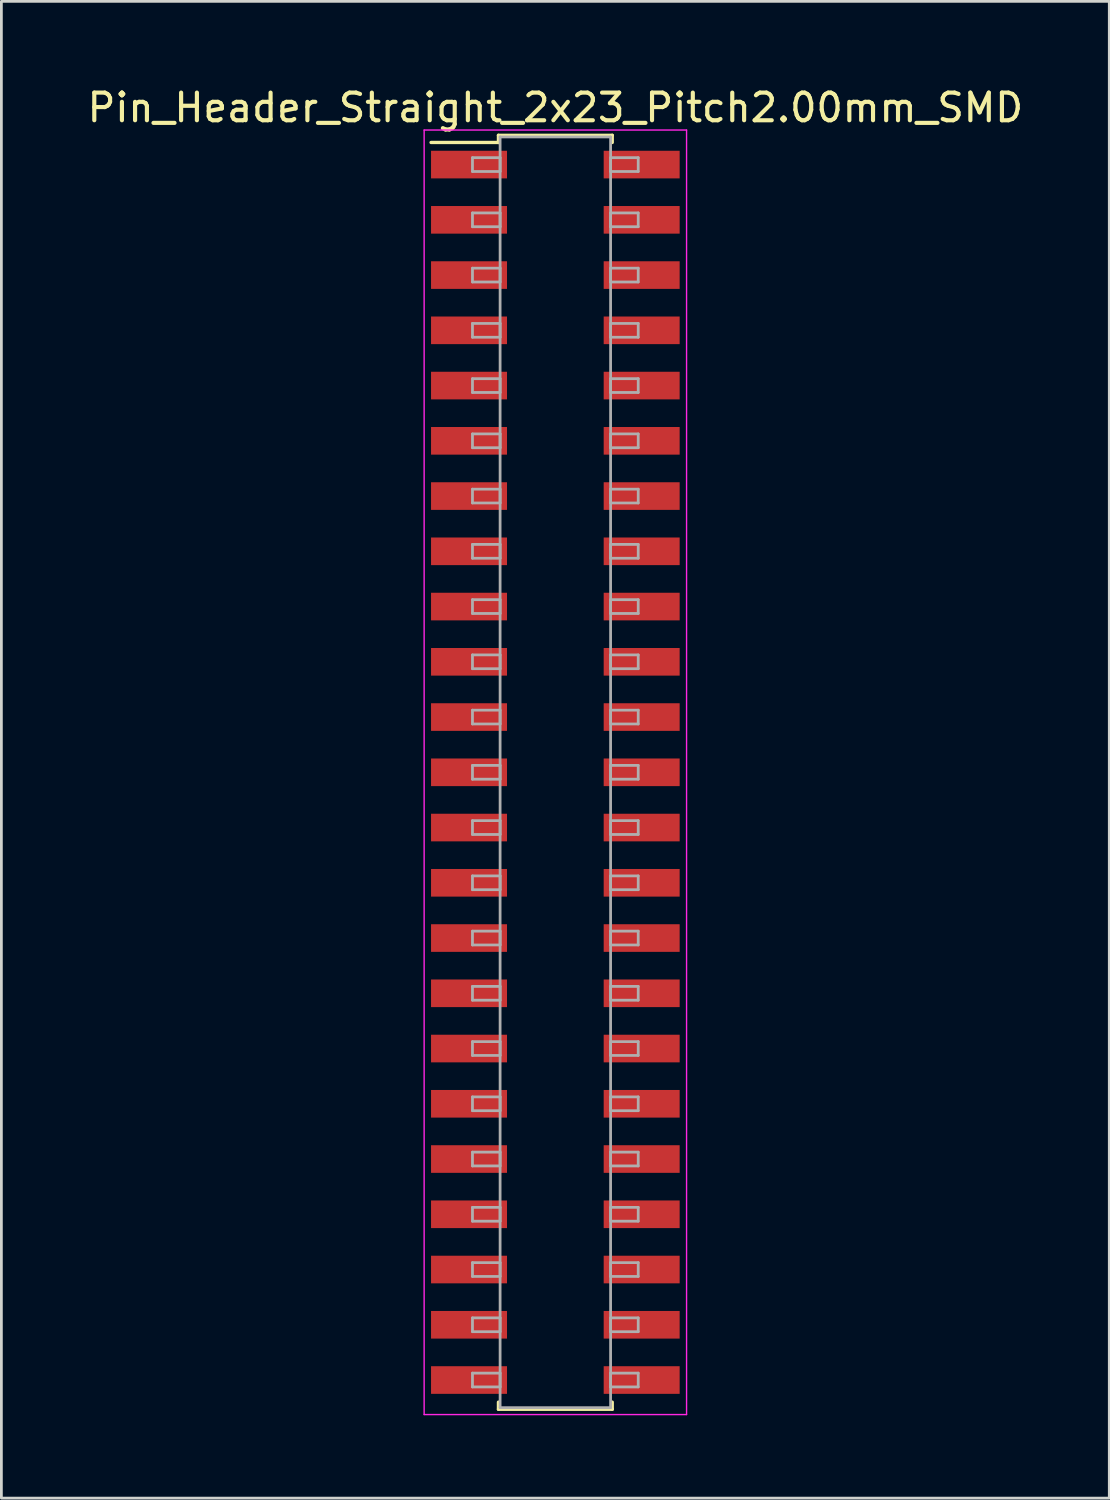
<source format=kicad_pcb>
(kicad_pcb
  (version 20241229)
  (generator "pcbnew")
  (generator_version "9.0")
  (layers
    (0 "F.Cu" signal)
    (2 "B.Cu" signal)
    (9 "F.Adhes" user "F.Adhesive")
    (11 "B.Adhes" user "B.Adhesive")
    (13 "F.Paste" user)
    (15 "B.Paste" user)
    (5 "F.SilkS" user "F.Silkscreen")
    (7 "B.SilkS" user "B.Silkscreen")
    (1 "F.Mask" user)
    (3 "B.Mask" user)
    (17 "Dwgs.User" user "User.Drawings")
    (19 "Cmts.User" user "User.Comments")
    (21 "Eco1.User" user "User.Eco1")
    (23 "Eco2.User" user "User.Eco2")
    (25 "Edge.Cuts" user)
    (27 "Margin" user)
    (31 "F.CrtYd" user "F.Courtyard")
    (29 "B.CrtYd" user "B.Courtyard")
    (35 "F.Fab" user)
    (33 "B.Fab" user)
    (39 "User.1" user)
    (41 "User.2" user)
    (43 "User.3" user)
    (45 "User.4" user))
  (footprint "Pin_Header_Straight_2x23_Pitch2.00mm_SMD"
    (layer "F.Cu")
    (at 17.054 24.908)
    (property "Reference" "Pin_Header_Straight_2x23_Pitch2.00mm_SMD" (at 0 -24.06 0) (layer "F.SilkS") (effects (font (size 1 1) (thickness 0.15))))
    (attr smd)
    (fp_line (start -4.5 -22.8) (end -2.06 -22.8) (stroke (width 0.12) (type solid)) (layer "F.SilkS"))
    (fp_line (start -2.06 -23.06) (end 2.06 -23.06) (stroke (width 0.12) (type solid)) (layer "F.SilkS"))
    (fp_line (start -2.06 -22.8) (end -2.06 -23.06) (stroke (width 0.12) (type solid)) (layer "F.SilkS"))
    (fp_line (start -2.06 22.8) (end -2.06 23.06) (stroke (width 0.12) (type solid)) (layer "F.SilkS"))
    (fp_line (start -2.06 23.06) (end 2.06 23.06) (stroke (width 0.12) (type solid)) (layer "F.SilkS"))
    (fp_line (start 2.06 -23.06) (end 2.06 -22.8) (stroke (width 0.12) (type solid)) (layer "F.SilkS"))
    (fp_line (start 2.06 23.06) (end 2.06 22.8) (stroke (width 0.12) (type solid)) (layer "F.SilkS"))
    (fp_line (start -4.75 -23.25) (end -4.75 23.25) (stroke (width 0.05) (type solid)) (layer "F.CrtYd"))
    (fp_line (start -4.75 23.25) (end 4.75 23.25) (stroke (width 0.05) (type solid)) (layer "F.CrtYd"))
    (fp_line (start 4.75 -23.25) (end -4.75 -23.25) (stroke (width 0.05) (type solid)) (layer "F.CrtYd"))
    (fp_line (start 4.75 23.25) (end 4.75 -23.25) (stroke (width 0.05) (type solid)) (layer "F.CrtYd"))
    (fp_line (start -3 -22.25) (end -2 -22.25) (stroke (width 0.1) (type solid)) (layer "F.Fab"))
    (fp_line (start -3 -21.75) (end -3 -22.25) (stroke (width 0.1) (type solid)) (layer "F.Fab"))
    (fp_line (start -3 -20.25) (end -2 -20.25) (stroke (width 0.1) (type solid)) (layer "F.Fab"))
    (fp_line (start -3 -19.75) (end -3 -20.25) (stroke (width 0.1) (type solid)) (layer "F.Fab"))
    (fp_line (start -3 -18.25) (end -2 -18.25) (stroke (width 0.1) (type solid)) (layer "F.Fab"))
    (fp_line (start -3 -17.75) (end -3 -18.25) (stroke (width 0.1) (type solid)) (layer "F.Fab"))
    (fp_line (start -3 -16.25) (end -2 -16.25) (stroke (width 0.1) (type solid)) (layer "F.Fab"))
    (fp_line (start -3 -15.75) (end -3 -16.25) (stroke (width 0.1) (type solid)) (layer "F.Fab"))
    (fp_line (start -3 -14.25) (end -2 -14.25) (stroke (width 0.1) (type solid)) (layer "F.Fab"))
    (fp_line (start -3 -13.75) (end -3 -14.25) (stroke (width 0.1) (type solid)) (layer "F.Fab"))
    (fp_line (start -3 -12.25) (end -2 -12.25) (stroke (width 0.1) (type solid)) (layer "F.Fab"))
    (fp_line (start -3 -11.75) (end -3 -12.25) (stroke (width 0.1) (type solid)) (layer "F.Fab"))
    (fp_line (start -3 -10.25) (end -2 -10.25) (stroke (width 0.1) (type solid)) (layer "F.Fab"))
    (fp_line (start -3 -9.75) (end -3 -10.25) (stroke (width 0.1) (type solid)) (layer "F.Fab"))
    (fp_line (start -3 -8.25) (end -2 -8.25) (stroke (width 0.1) (type solid)) (layer "F.Fab"))
    (fp_line (start -3 -7.75) (end -3 -8.25) (stroke (width 0.1) (type solid)) (layer "F.Fab"))
    (fp_line (start -3 -6.25) (end -2 -6.25) (stroke (width 0.1) (type solid)) (layer "F.Fab"))
    (fp_line (start -3 -5.75) (end -3 -6.25) (stroke (width 0.1) (type solid)) (layer "F.Fab"))
    (fp_line (start -3 -4.25) (end -2 -4.25) (stroke (width 0.1) (type solid)) (layer "F.Fab"))
    (fp_line (start -3 -3.75) (end -3 -4.25) (stroke (width 0.1) (type solid)) (layer "F.Fab"))
    (fp_line (start -3 -2.25) (end -2 -2.25) (stroke (width 0.1) (type solid)) (layer "F.Fab"))
    (fp_line (start -3 -1.75) (end -3 -2.25) (stroke (width 0.1) (type solid)) (layer "F.Fab"))
    (fp_line (start -3 -0.25) (end -2 -0.25) (stroke (width 0.1) (type solid)) (layer "F.Fab"))
    (fp_line (start -3 0.25) (end -3 -0.25) (stroke (width 0.1) (type solid)) (layer "F.Fab"))
    (fp_line (start -3 1.75) (end -2 1.75) (stroke (width 0.1) (type solid)) (layer "F.Fab"))
    (fp_line (start -3 2.25) (end -3 1.75) (stroke (width 0.1) (type solid)) (layer "F.Fab"))
    (fp_line (start -3 3.75) (end -2 3.75) (stroke (width 0.1) (type solid)) (layer "F.Fab"))
    (fp_line (start -3 4.25) (end -3 3.75) (stroke (width 0.1) (type solid)) (layer "F.Fab"))
    (fp_line (start -3 5.75) (end -2 5.75) (stroke (width 0.1) (type solid)) (layer "F.Fab"))
    (fp_line (start -3 6.25) (end -3 5.75) (stroke (width 0.1) (type solid)) (layer "F.Fab"))
    (fp_line (start -3 7.75) (end -2 7.75) (stroke (width 0.1) (type solid)) (layer "F.Fab"))
    (fp_line (start -3 8.25) (end -3 7.75) (stroke (width 0.1) (type solid)) (layer "F.Fab"))
    (fp_line (start -3 9.75) (end -2 9.75) (stroke (width 0.1) (type solid)) (layer "F.Fab"))
    (fp_line (start -3 10.25) (end -3 9.75) (stroke (width 0.1) (type solid)) (layer "F.Fab"))
    (fp_line (start -3 11.75) (end -2 11.75) (stroke (width 0.1) (type solid)) (layer "F.Fab"))
    (fp_line (start -3 12.25) (end -3 11.75) (stroke (width 0.1) (type solid)) (layer "F.Fab"))
    (fp_line (start -3 13.75) (end -2 13.75) (stroke (width 0.1) (type solid)) (layer "F.Fab"))
    (fp_line (start -3 14.25) (end -3 13.75) (stroke (width 0.1) (type solid)) (layer "F.Fab"))
    (fp_line (start -3 15.75) (end -2 15.75) (stroke (width 0.1) (type solid)) (layer "F.Fab"))
    (fp_line (start -3 16.25) (end -3 15.75) (stroke (width 0.1) (type solid)) (layer "F.Fab"))
    (fp_line (start -3 17.75) (end -2 17.75) (stroke (width 0.1) (type solid)) (layer "F.Fab"))
    (fp_line (start -3 18.25) (end -3 17.75) (stroke (width 0.1) (type solid)) (layer "F.Fab"))
    (fp_line (start -3 19.75) (end -2 19.75) (stroke (width 0.1) (type solid)) (layer "F.Fab"))
    (fp_line (start -3 20.25) (end -3 19.75) (stroke (width 0.1) (type solid)) (layer "F.Fab"))
    (fp_line (start -3 21.75) (end -2 21.75) (stroke (width 0.1) (type solid)) (layer "F.Fab"))
    (fp_line (start -3 22.25) (end -3 21.75) (stroke (width 0.1) (type solid)) (layer "F.Fab"))
    (fp_line (start -2 -23) (end -2 23) (stroke (width 0.1) (type solid)) (layer "F.Fab"))
    (fp_line (start -2 -22.25) (end -2 -21.75) (stroke (width 0.1) (type solid)) (layer "F.Fab"))
    (fp_line (start -2 -21.75) (end -3 -21.75) (stroke (width 0.1) (type solid)) (layer "F.Fab"))
    (fp_line (start -2 -20.25) (end -2 -19.75) (stroke (width 0.1) (type solid)) (layer "F.Fab"))
    (fp_line (start -2 -19.75) (end -3 -19.75) (stroke (width 0.1) (type solid)) (layer "F.Fab"))
    (fp_line (start -2 -18.25) (end -2 -17.75) (stroke (width 0.1) (type solid)) (layer "F.Fab"))
    (fp_line (start -2 -17.75) (end -3 -17.75) (stroke (width 0.1) (type solid)) (layer "F.Fab"))
    (fp_line (start -2 -16.25) (end -2 -15.75) (stroke (width 0.1) (type solid)) (layer "F.Fab"))
    (fp_line (start -2 -15.75) (end -3 -15.75) (stroke (width 0.1) (type solid)) (layer "F.Fab"))
    (fp_line (start -2 -14.25) (end -2 -13.75) (stroke (width 0.1) (type solid)) (layer "F.Fab"))
    (fp_line (start -2 -13.75) (end -3 -13.75) (stroke (width 0.1) (type solid)) (layer "F.Fab"))
    (fp_line (start -2 -12.25) (end -2 -11.75) (stroke (width 0.1) (type solid)) (layer "F.Fab"))
    (fp_line (start -2 -11.75) (end -3 -11.75) (stroke (width 0.1) (type solid)) (layer "F.Fab"))
    (fp_line (start -2 -10.25) (end -2 -9.75) (stroke (width 0.1) (type solid)) (layer "F.Fab"))
    (fp_line (start -2 -9.75) (end -3 -9.75) (stroke (width 0.1) (type solid)) (layer "F.Fab"))
    (fp_line (start -2 -8.25) (end -2 -7.75) (stroke (width 0.1) (type solid)) (layer "F.Fab"))
    (fp_line (start -2 -7.75) (end -3 -7.75) (stroke (width 0.1) (type solid)) (layer "F.Fab"))
    (fp_line (start -2 -6.25) (end -2 -5.75) (stroke (width 0.1) (type solid)) (layer "F.Fab"))
    (fp_line (start -2 -5.75) (end -3 -5.75) (stroke (width 0.1) (type solid)) (layer "F.Fab"))
    (fp_line (start -2 -4.25) (end -2 -3.75) (stroke (width 0.1) (type solid)) (layer "F.Fab"))
    (fp_line (start -2 -3.75) (end -3 -3.75) (stroke (width 0.1) (type solid)) (layer "F.Fab"))
    (fp_line (start -2 -2.25) (end -2 -1.75) (stroke (width 0.1) (type solid)) (layer "F.Fab"))
    (fp_line (start -2 -1.75) (end -3 -1.75) (stroke (width 0.1) (type solid)) (layer "F.Fab"))
    (fp_line (start -2 -0.25) (end -2 0.25) (stroke (width 0.1) (type solid)) (layer "F.Fab"))
    (fp_line (start -2 0.25) (end -3 0.25) (stroke (width 0.1) (type solid)) (layer "F.Fab"))
    (fp_line (start -2 1.75) (end -2 2.25) (stroke (width 0.1) (type solid)) (layer "F.Fab"))
    (fp_line (start -2 2.25) (end -3 2.25) (stroke (width 0.1) (type solid)) (layer "F.Fab"))
    (fp_line (start -2 3.75) (end -2 4.25) (stroke (width 0.1) (type solid)) (layer "F.Fab"))
    (fp_line (start -2 4.25) (end -3 4.25) (stroke (width 0.1) (type solid)) (layer "F.Fab"))
    (fp_line (start -2 5.75) (end -2 6.25) (stroke (width 0.1) (type solid)) (layer "F.Fab"))
    (fp_line (start -2 6.25) (end -3 6.25) (stroke (width 0.1) (type solid)) (layer "F.Fab"))
    (fp_line (start -2 7.75) (end -2 8.25) (stroke (width 0.1) (type solid)) (layer "F.Fab"))
    (fp_line (start -2 8.25) (end -3 8.25) (stroke (width 0.1) (type solid)) (layer "F.Fab"))
    (fp_line (start -2 9.75) (end -2 10.25) (stroke (width 0.1) (type solid)) (layer "F.Fab"))
    (fp_line (start -2 10.25) (end -3 10.25) (stroke (width 0.1) (type solid)) (layer "F.Fab"))
    (fp_line (start -2 11.75) (end -2 12.25) (stroke (width 0.1) (type solid)) (layer "F.Fab"))
    (fp_line (start -2 12.25) (end -3 12.25) (stroke (width 0.1) (type solid)) (layer "F.Fab"))
    (fp_line (start -2 13.75) (end -2 14.25) (stroke (width 0.1) (type solid)) (layer "F.Fab"))
    (fp_line (start -2 14.25) (end -3 14.25) (stroke (width 0.1) (type solid)) (layer "F.Fab"))
    (fp_line (start -2 15.75) (end -2 16.25) (stroke (width 0.1) (type solid)) (layer "F.Fab"))
    (fp_line (start -2 16.25) (end -3 16.25) (stroke (width 0.1) (type solid)) (layer "F.Fab"))
    (fp_line (start -2 17.75) (end -2 18.25) (stroke (width 0.1) (type solid)) (layer "F.Fab"))
    (fp_line (start -2 18.25) (end -3 18.25) (stroke (width 0.1) (type solid)) (layer "F.Fab"))
    (fp_line (start -2 19.75) (end -2 20.25) (stroke (width 0.1) (type solid)) (layer "F.Fab"))
    (fp_line (start -2 20.25) (end -3 20.25) (stroke (width 0.1) (type solid)) (layer "F.Fab"))
    (fp_line (start -2 21.75) (end -2 22.25) (stroke (width 0.1) (type solid)) (layer "F.Fab"))
    (fp_line (start -2 22.25) (end -3 22.25) (stroke (width 0.1) (type solid)) (layer "F.Fab"))
    (fp_line (start -2 23) (end 2 23) (stroke (width 0.1) (type solid)) (layer "F.Fab"))
    (fp_line (start 2 -23) (end -2 -23) (stroke (width 0.1) (type solid)) (layer "F.Fab"))
    (fp_line (start 2 -22.25) (end 2 -21.75) (stroke (width 0.1) (type solid)) (layer "F.Fab"))
    (fp_line (start 2 -21.75) (end 3 -21.75) (stroke (width 0.1) (type solid)) (layer "F.Fab"))
    (fp_line (start 2 -20.25) (end 2 -19.75) (stroke (width 0.1) (type solid)) (layer "F.Fab"))
    (fp_line (start 2 -19.75) (end 3 -19.75) (stroke (width 0.1) (type solid)) (layer "F.Fab"))
    (fp_line (start 2 -18.25) (end 2 -17.75) (stroke (width 0.1) (type solid)) (layer "F.Fab"))
    (fp_line (start 2 -17.75) (end 3 -17.75) (stroke (width 0.1) (type solid)) (layer "F.Fab"))
    (fp_line (start 2 -16.25) (end 2 -15.75) (stroke (width 0.1) (type solid)) (layer "F.Fab"))
    (fp_line (start 2 -15.75) (end 3 -15.75) (stroke (width 0.1) (type solid)) (layer "F.Fab"))
    (fp_line (start 2 -14.25) (end 2 -13.75) (stroke (width 0.1) (type solid)) (layer "F.Fab"))
    (fp_line (start 2 -13.75) (end 3 -13.75) (stroke (width 0.1) (type solid)) (layer "F.Fab"))
    (fp_line (start 2 -12.25) (end 2 -11.75) (stroke (width 0.1) (type solid)) (layer "F.Fab"))
    (fp_line (start 2 -11.75) (end 3 -11.75) (stroke (width 0.1) (type solid)) (layer "F.Fab"))
    (fp_line (start 2 -10.25) (end 2 -9.75) (stroke (width 0.1) (type solid)) (layer "F.Fab"))
    (fp_line (start 2 -9.75) (end 3 -9.75) (stroke (width 0.1) (type solid)) (layer "F.Fab"))
    (fp_line (start 2 -8.25) (end 2 -7.75) (stroke (width 0.1) (type solid)) (layer "F.Fab"))
    (fp_line (start 2 -7.75) (end 3 -7.75) (stroke (width 0.1) (type solid)) (layer "F.Fab"))
    (fp_line (start 2 -6.25) (end 2 -5.75) (stroke (width 0.1) (type solid)) (layer "F.Fab"))
    (fp_line (start 2 -5.75) (end 3 -5.75) (stroke (width 0.1) (type solid)) (layer "F.Fab"))
    (fp_line (start 2 -4.25) (end 2 -3.75) (stroke (width 0.1) (type solid)) (layer "F.Fab"))
    (fp_line (start 2 -3.75) (end 3 -3.75) (stroke (width 0.1) (type solid)) (layer "F.Fab"))
    (fp_line (start 2 -2.25) (end 2 -1.75) (stroke (width 0.1) (type solid)) (layer "F.Fab"))
    (fp_line (start 2 -1.75) (end 3 -1.75) (stroke (width 0.1) (type solid)) (layer "F.Fab"))
    (fp_line (start 2 -0.25) (end 2 0.25) (stroke (width 0.1) (type solid)) (layer "F.Fab"))
    (fp_line (start 2 0.25) (end 3 0.25) (stroke (width 0.1) (type solid)) (layer "F.Fab"))
    (fp_line (start 2 1.75) (end 2 2.25) (stroke (width 0.1) (type solid)) (layer "F.Fab"))
    (fp_line (start 2 2.25) (end 3 2.25) (stroke (width 0.1) (type solid)) (layer "F.Fab"))
    (fp_line (start 2 3.75) (end 2 4.25) (stroke (width 0.1) (type solid)) (layer "F.Fab"))
    (fp_line (start 2 4.25) (end 3 4.25) (stroke (width 0.1) (type solid)) (layer "F.Fab"))
    (fp_line (start 2 5.75) (end 2 6.25) (stroke (width 0.1) (type solid)) (layer "F.Fab"))
    (fp_line (start 2 6.25) (end 3 6.25) (stroke (width 0.1) (type solid)) (layer "F.Fab"))
    (fp_line (start 2 7.75) (end 2 8.25) (stroke (width 0.1) (type solid)) (layer "F.Fab"))
    (fp_line (start 2 8.25) (end 3 8.25) (stroke (width 0.1) (type solid)) (layer "F.Fab"))
    (fp_line (start 2 9.75) (end 2 10.25) (stroke (width 0.1) (type solid)) (layer "F.Fab"))
    (fp_line (start 2 10.25) (end 3 10.25) (stroke (width 0.1) (type solid)) (layer "F.Fab"))
    (fp_line (start 2 11.75) (end 2 12.25) (stroke (width 0.1) (type solid)) (layer "F.Fab"))
    (fp_line (start 2 12.25) (end 3 12.25) (stroke (width 0.1) (type solid)) (layer "F.Fab"))
    (fp_line (start 2 13.75) (end 2 14.25) (stroke (width 0.1) (type solid)) (layer "F.Fab"))
    (fp_line (start 2 14.25) (end 3 14.25) (stroke (width 0.1) (type solid)) (layer "F.Fab"))
    (fp_line (start 2 15.75) (end 2 16.25) (stroke (width 0.1) (type solid)) (layer "F.Fab"))
    (fp_line (start 2 16.25) (end 3 16.25) (stroke (width 0.1) (type solid)) (layer "F.Fab"))
    (fp_line (start 2 17.75) (end 2 18.25) (stroke (width 0.1) (type solid)) (layer "F.Fab"))
    (fp_line (start 2 18.25) (end 3 18.25) (stroke (width 0.1) (type solid)) (layer "F.Fab"))
    (fp_line (start 2 19.75) (end 2 20.25) (stroke (width 0.1) (type solid)) (layer "F.Fab"))
    (fp_line (start 2 20.25) (end 3 20.25) (stroke (width 0.1) (type solid)) (layer "F.Fab"))
    (fp_line (start 2 21.75) (end 2 22.25) (stroke (width 0.1) (type solid)) (layer "F.Fab"))
    (fp_line (start 2 22.25) (end 3 22.25) (stroke (width 0.1) (type solid)) (layer "F.Fab"))
    (fp_line (start 2 23) (end 2 -23) (stroke (width 0.1) (type solid)) (layer "F.Fab"))
    (fp_line (start 3 -22.25) (end 2 -22.25) (stroke (width 0.1) (type solid)) (layer "F.Fab"))
    (fp_line (start 3 -21.75) (end 3 -22.25) (stroke (width 0.1) (type solid)) (layer "F.Fab"))
    (fp_line (start 3 -20.25) (end 2 -20.25) (stroke (width 0.1) (type solid)) (layer "F.Fab"))
    (fp_line (start 3 -19.75) (end 3 -20.25) (stroke (width 0.1) (type solid)) (layer "F.Fab"))
    (fp_line (start 3 -18.25) (end 2 -18.25) (stroke (width 0.1) (type solid)) (layer "F.Fab"))
    (fp_line (start 3 -17.75) (end 3 -18.25) (stroke (width 0.1) (type solid)) (layer "F.Fab"))
    (fp_line (start 3 -16.25) (end 2 -16.25) (stroke (width 0.1) (type solid)) (layer "F.Fab"))
    (fp_line (start 3 -15.75) (end 3 -16.25) (stroke (width 0.1) (type solid)) (layer "F.Fab"))
    (fp_line (start 3 -14.25) (end 2 -14.25) (stroke (width 0.1) (type solid)) (layer "F.Fab"))
    (fp_line (start 3 -13.75) (end 3 -14.25) (stroke (width 0.1) (type solid)) (layer "F.Fab"))
    (fp_line (start 3 -12.25) (end 2 -12.25) (stroke (width 0.1) (type solid)) (layer "F.Fab"))
    (fp_line (start 3 -11.75) (end 3 -12.25) (stroke (width 0.1) (type solid)) (layer "F.Fab"))
    (fp_line (start 3 -10.25) (end 2 -10.25) (stroke (width 0.1) (type solid)) (layer "F.Fab"))
    (fp_line (start 3 -9.75) (end 3 -10.25) (stroke (width 0.1) (type solid)) (layer "F.Fab"))
    (fp_line (start 3 -8.25) (end 2 -8.25) (stroke (width 0.1) (type solid)) (layer "F.Fab"))
    (fp_line (start 3 -7.75) (end 3 -8.25) (stroke (width 0.1) (type solid)) (layer "F.Fab"))
    (fp_line (start 3 -6.25) (end 2 -6.25) (stroke (width 0.1) (type solid)) (layer "F.Fab"))
    (fp_line (start 3 -5.75) (end 3 -6.25) (stroke (width 0.1) (type solid)) (layer "F.Fab"))
    (fp_line (start 3 -4.25) (end 2 -4.25) (stroke (width 0.1) (type solid)) (layer "F.Fab"))
    (fp_line (start 3 -3.75) (end 3 -4.25) (stroke (width 0.1) (type solid)) (layer "F.Fab"))
    (fp_line (start 3 -2.25) (end 2 -2.25) (stroke (width 0.1) (type solid)) (layer "F.Fab"))
    (fp_line (start 3 -1.75) (end 3 -2.25) (stroke (width 0.1) (type solid)) (layer "F.Fab"))
    (fp_line (start 3 -0.25) (end 2 -0.25) (stroke (width 0.1) (type solid)) (layer "F.Fab"))
    (fp_line (start 3 0.25) (end 3 -0.25) (stroke (width 0.1) (type solid)) (layer "F.Fab"))
    (fp_line (start 3 1.75) (end 2 1.75) (stroke (width 0.1) (type solid)) (layer "F.Fab"))
    (fp_line (start 3 2.25) (end 3 1.75) (stroke (width 0.1) (type solid)) (layer "F.Fab"))
    (fp_line (start 3 3.75) (end 2 3.75) (stroke (width 0.1) (type solid)) (layer "F.Fab"))
    (fp_line (start 3 4.25) (end 3 3.75) (stroke (width 0.1) (type solid)) (layer "F.Fab"))
    (fp_line (start 3 5.75) (end 2 5.75) (stroke (width 0.1) (type solid)) (layer "F.Fab"))
    (fp_line (start 3 6.25) (end 3 5.75) (stroke (width 0.1) (type solid)) (layer "F.Fab"))
    (fp_line (start 3 7.75) (end 2 7.75) (stroke (width 0.1) (type solid)) (layer "F.Fab"))
    (fp_line (start 3 8.25) (end 3 7.75) (stroke (width 0.1) (type solid)) (layer "F.Fab"))
    (fp_line (start 3 9.75) (end 2 9.75) (stroke (width 0.1) (type solid)) (layer "F.Fab"))
    (fp_line (start 3 10.25) (end 3 9.75) (stroke (width 0.1) (type solid)) (layer "F.Fab"))
    (fp_line (start 3 11.75) (end 2 11.75) (stroke (width 0.1) (type solid)) (layer "F.Fab"))
    (fp_line (start 3 12.25) (end 3 11.75) (stroke (width 0.1) (type solid)) (layer "F.Fab"))
    (fp_line (start 3 13.75) (end 2 13.75) (stroke (width 0.1) (type solid)) (layer "F.Fab"))
    (fp_line (start 3 14.25) (end 3 13.75) (stroke (width 0.1) (type solid)) (layer "F.Fab"))
    (fp_line (start 3 15.75) (end 2 15.75) (stroke (width 0.1) (type solid)) (layer "F.Fab"))
    (fp_line (start 3 16.25) (end 3 15.75) (stroke (width 0.1) (type solid)) (layer "F.Fab"))
    (fp_line (start 3 17.75) (end 2 17.75) (stroke (width 0.1) (type solid)) (layer "F.Fab"))
    (fp_line (start 3 18.25) (end 3 17.75) (stroke (width 0.1) (type solid)) (layer "F.Fab"))
    (fp_line (start 3 19.75) (end 2 19.75) (stroke (width 0.1) (type solid)) (layer "F.Fab"))
    (fp_line (start 3 20.25) (end 3 19.75) (stroke (width 0.1) (type solid)) (layer "F.Fab"))
    (fp_line (start 3 21.75) (end 2 21.75) (stroke (width 0.1) (type solid)) (layer "F.Fab"))
    (fp_line (start 3 22.25) (end 3 21.75) (stroke (width 0.1) (type solid)) (layer "F.Fab"))
    (pad "1" smd rect (at -3.125 -22) (size 2.75 1) (layers "F.Cu" "F.Mask"))
    (pad "2" smd rect (at 3.125 -22) (size 2.75 1) (layers "F.Cu" "F.Mask"))
    (pad "3" smd rect (at -3.125 -20) (size 2.75 1) (layers "F.Cu" "F.Mask"))
    (pad "4" smd rect (at 3.125 -20) (size 2.75 1) (layers "F.Cu" "F.Mask"))
    (pad "5" smd rect (at -3.125 -18) (size 2.75 1) (layers "F.Cu" "F.Mask"))
    (pad "6" smd rect (at 3.125 -18) (size 2.75 1) (layers "F.Cu" "F.Mask"))
    (pad "7" smd rect (at -3.125 -16) (size 2.75 1) (layers "F.Cu" "F.Mask"))
    (pad "8" smd rect (at 3.125 -16) (size 2.75 1) (layers "F.Cu" "F.Mask"))
    (pad "9" smd rect (at -3.125 -14) (size 2.75 1) (layers "F.Cu" "F.Mask"))
    (pad "10" smd rect (at 3.125 -14) (size 2.75 1) (layers "F.Cu" "F.Mask"))
    (pad "11" smd rect (at -3.125 -12) (size 2.75 1) (layers "F.Cu" "F.Mask"))
    (pad "12" smd rect (at 3.125 -12) (size 2.75 1) (layers "F.Cu" "F.Mask"))
    (pad "13" smd rect (at -3.125 -10) (size 2.75 1) (layers "F.Cu" "F.Mask"))
    (pad "14" smd rect (at 3.125 -10) (size 2.75 1) (layers "F.Cu" "F.Mask"))
    (pad "15" smd rect (at -3.125 -8) (size 2.75 1) (layers "F.Cu" "F.Mask"))
    (pad "16" smd rect (at 3.125 -8) (size 2.75 1) (layers "F.Cu" "F.Mask"))
    (pad "17" smd rect (at -3.125 -6) (size 2.75 1) (layers "F.Cu" "F.Mask"))
    (pad "18" smd rect (at 3.125 -6) (size 2.75 1) (layers "F.Cu" "F.Mask"))
    (pad "19" smd rect (at -3.125 -4) (size 2.75 1) (layers "F.Cu" "F.Mask"))
    (pad "20" smd rect (at 3.125 -4) (size 2.75 1) (layers "F.Cu" "F.Mask"))
    (pad "21" smd rect (at -3.125 -2) (size 2.75 1) (layers "F.Cu" "F.Mask"))
    (pad "22" smd rect (at 3.125 -2) (size 2.75 1) (layers "F.Cu" "F.Mask"))
    (pad "23" smd rect (at -3.125 0) (size 2.75 1) (layers "F.Cu" "F.Mask"))
    (pad "24" smd rect (at 3.125 0) (size 2.75 1) (layers "F.Cu" "F.Mask"))
    (pad "25" smd rect (at -3.125 2) (size 2.75 1) (layers "F.Cu" "F.Mask"))
    (pad "26" smd rect (at 3.125 2) (size 2.75 1) (layers "F.Cu" "F.Mask"))
    (pad "27" smd rect (at -3.125 4) (size 2.75 1) (layers "F.Cu" "F.Mask"))
    (pad "28" smd rect (at 3.125 4) (size 2.75 1) (layers "F.Cu" "F.Mask"))
    (pad "29" smd rect (at -3.125 6) (size 2.75 1) (layers "F.Cu" "F.Mask"))
    (pad "30" smd rect (at 3.125 6) (size 2.75 1) (layers "F.Cu" "F.Mask"))
    (pad "31" smd rect (at -3.125 8) (size 2.75 1) (layers "F.Cu" "F.Mask"))
    (pad "32" smd rect (at 3.125 8) (size 2.75 1) (layers "F.Cu" "F.Mask"))
    (pad "33" smd rect (at -3.125 10) (size 2.75 1) (layers "F.Cu" "F.Mask"))
    (pad "34" smd rect (at 3.125 10) (size 2.75 1) (layers "F.Cu" "F.Mask"))
    (pad "35" smd rect (at -3.125 12) (size 2.75 1) (layers "F.Cu" "F.Mask"))
    (pad "36" smd rect (at 3.125 12) (size 2.75 1) (layers "F.Cu" "F.Mask"))
    (pad "37" smd rect (at -3.125 14) (size 2.75 1) (layers "F.Cu" "F.Mask"))
    (pad "38" smd rect (at 3.125 14) (size 2.75 1) (layers "F.Cu" "F.Mask"))
    (pad "39" smd rect (at -3.125 16) (size 2.75 1) (layers "F.Cu" "F.Mask"))
    (pad "40" smd rect (at 3.125 16) (size 2.75 1) (layers "F.Cu" "F.Mask"))
    (pad "41" smd rect (at -3.125 18) (size 2.75 1) (layers "F.Cu" "F.Mask"))
    (pad "42" smd rect (at 3.125 18) (size 2.75 1) (layers "F.Cu" "F.Mask"))
    (pad "43" smd rect (at -3.125 20) (size 2.75 1) (layers "F.Cu" "F.Mask"))
    (pad "44" smd rect (at 3.125 20) (size 2.75 1) (layers "F.Cu" "F.Mask"))
    (pad "45" smd rect (at -3.125 22) (size 2.75 1) (layers "F.Cu" "F.Mask"))
    (pad "46" smd rect (at 3.125 22) (size 2.75 1) (layers "F.Cu" "F.Mask")))
  (gr_rect
    (start -3 -3)
    (end 37.107 51.183)
    (stroke (width 0.1) (type default))
    (fill no)
    (layer "Edge.Cuts")))
</source>
